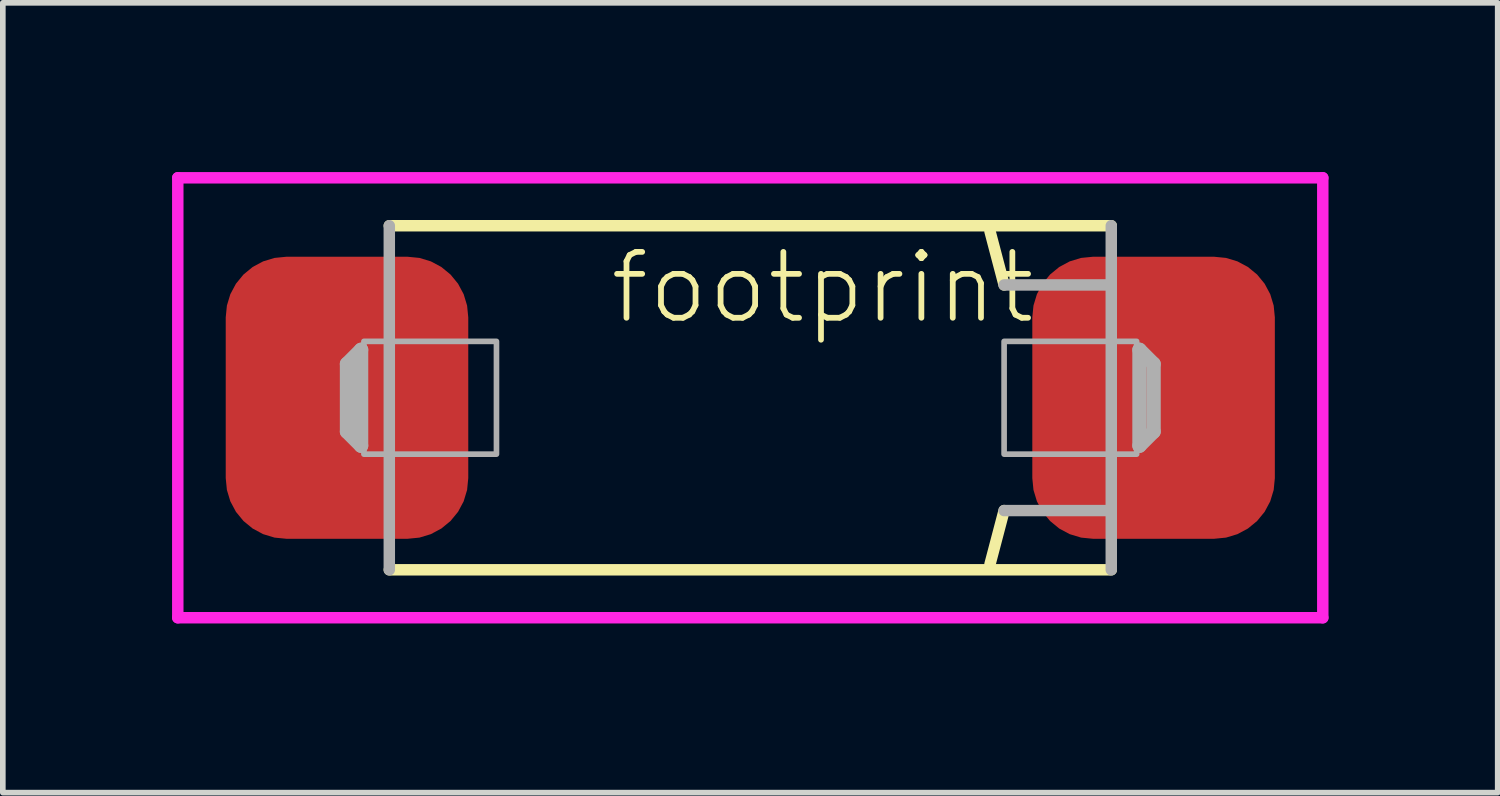
<source format=kicad_pcb>
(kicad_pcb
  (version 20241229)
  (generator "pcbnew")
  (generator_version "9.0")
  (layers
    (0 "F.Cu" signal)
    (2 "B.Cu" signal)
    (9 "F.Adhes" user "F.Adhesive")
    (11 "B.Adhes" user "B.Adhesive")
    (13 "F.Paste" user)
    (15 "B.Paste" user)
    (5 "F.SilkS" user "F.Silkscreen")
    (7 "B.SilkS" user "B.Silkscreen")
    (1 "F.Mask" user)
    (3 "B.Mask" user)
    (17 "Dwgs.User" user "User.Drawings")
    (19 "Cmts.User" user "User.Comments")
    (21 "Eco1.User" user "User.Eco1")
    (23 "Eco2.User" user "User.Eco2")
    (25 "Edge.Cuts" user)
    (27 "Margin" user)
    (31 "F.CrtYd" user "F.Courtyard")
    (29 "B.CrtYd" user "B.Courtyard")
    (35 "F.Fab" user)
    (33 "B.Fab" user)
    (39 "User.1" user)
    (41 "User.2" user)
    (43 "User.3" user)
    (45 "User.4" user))
  (footprint "footprint"
    (layer "F.Cu")
    (at 10.252 4.002)
    (property "Reference" "footprint" (at -2.54 -1.27 0) (layer "F.SilkS") (effects (font (size 1.168 1.168) (thickness 0.102)) (justify left bottom)))
    (fp_line (start -6.4 -3.05) (end 6.4 -3.05) (stroke (width 0.203) (type solid)) (layer "F.SilkS"))
    (fp_line (start 4.5 -2) (end 4.25 -2.95) (stroke (width 0.203) (type solid)) (layer "F.SilkS"))
    (fp_line (start 4.5 2) (end 4.25 2.95) (stroke (width 0.203) (type solid)) (layer "F.SilkS"))
    (fp_line (start 6.4 3.05) (end -6.4 3.05) (stroke (width 0.203) (type solid)) (layer "F.SilkS"))
    (fp_line (start -10.15 -3.9) (end -10.15 3.9) (stroke (width 0.203) (type solid)) (layer "F.CrtYd"))
    (fp_line (start -10.15 3.9) (end 10.15 3.9) (stroke (width 0.203) (type solid)) (layer "F.CrtYd"))
    (fp_line (start 10.15 -3.9) (end -10.15 -3.9) (stroke (width 0.203) (type solid)) (layer "F.CrtYd"))
    (fp_line (start 10.15 3.9) (end 10.15 -3.9) (stroke (width 0.203) (type solid)) (layer "F.CrtYd"))
    (fp_line (start -7.15 -0.6) (end -6.9 -0.85) (stroke (width 0.254) (type solid)) (layer "F.Fab"))
    (fp_line (start -7.15 0.6) (end -7.15 -0.6) (stroke (width 0.254) (type solid)) (layer "F.Fab"))
    (fp_line (start -6.9 -0.85) (end -6.9 0.85) (stroke (width 0.254) (type solid)) (layer "F.Fab"))
    (fp_line (start -6.9 0.85) (end -7.15 0.6) (stroke (width 0.254) (type solid)) (layer "F.Fab"))
    (fp_line (start -6.4 3.05) (end -6.4 -3.05) (stroke (width 0.203) (type solid)) (layer "F.Fab"))
    (fp_line (start 6.35 -2) (end 4.5 -2) (stroke (width 0.203) (type solid)) (layer "F.Fab"))
    (fp_line (start 6.35 2) (end 4.5 2) (stroke (width 0.203) (type solid)) (layer "F.Fab"))
    (fp_line (start 6.4 -3.05) (end 6.4 3.05) (stroke (width 0.203) (type solid)) (layer "F.Fab"))
    (fp_line (start 6.9 -0.85) (end 7.15 -0.6) (stroke (width 0.254) (type solid)) (layer "F.Fab"))
    (fp_line (start 6.9 0.85) (end 6.9 -0.85) (stroke (width 0.254) (type solid)) (layer "F.Fab"))
    (fp_line (start 7.15 -0.6) (end 7.15 0.6) (stroke (width 0.254) (type solid)) (layer "F.Fab"))
    (fp_line (start 7.15 0.6) (end 6.9 0.85) (stroke (width 0.254) (type solid)) (layer "F.Fab"))
    (fp_poly (pts (xy -6.85 1) (xy -4.5 1) (xy -4.5 -1) (xy -6.85 -1)) (stroke (width 0.1) (type solid)) (fill no) (layer "F.Fab"))
    (fp_poly (pts (xy 4.5 1) (xy 6.85 1) (xy 6.85 -1) (xy 4.5 -1)) (stroke (width 0.1) (type solid)) (fill no) (layer "F.Fab"))
    (pad "+" smd roundrect (at 7.15 0) (size 4.3 5) (layers "F.Cu" "F.Mask" "F.Paste") (roundrect_rratio 0.25))
    (pad "-" smd roundrect (at -7.15 0) (size 4.3 5) (layers "F.Cu" "F.Mask" "F.Paste") (roundrect_rratio 0.25)))
  (gr_rect
    (start -3 -3)
    (end 23.503 11.003)
    (stroke (width 0.1) (type default))
    (fill no)
    (layer "Edge.Cuts")))
</source>
